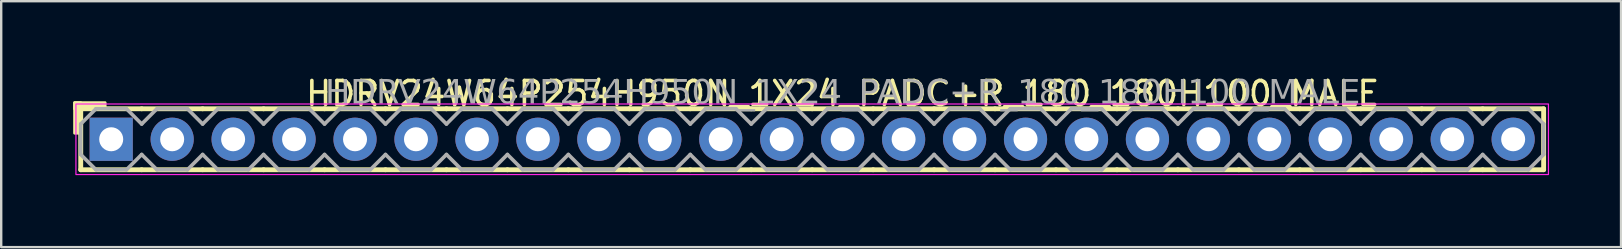
<source format=kicad_pcb>
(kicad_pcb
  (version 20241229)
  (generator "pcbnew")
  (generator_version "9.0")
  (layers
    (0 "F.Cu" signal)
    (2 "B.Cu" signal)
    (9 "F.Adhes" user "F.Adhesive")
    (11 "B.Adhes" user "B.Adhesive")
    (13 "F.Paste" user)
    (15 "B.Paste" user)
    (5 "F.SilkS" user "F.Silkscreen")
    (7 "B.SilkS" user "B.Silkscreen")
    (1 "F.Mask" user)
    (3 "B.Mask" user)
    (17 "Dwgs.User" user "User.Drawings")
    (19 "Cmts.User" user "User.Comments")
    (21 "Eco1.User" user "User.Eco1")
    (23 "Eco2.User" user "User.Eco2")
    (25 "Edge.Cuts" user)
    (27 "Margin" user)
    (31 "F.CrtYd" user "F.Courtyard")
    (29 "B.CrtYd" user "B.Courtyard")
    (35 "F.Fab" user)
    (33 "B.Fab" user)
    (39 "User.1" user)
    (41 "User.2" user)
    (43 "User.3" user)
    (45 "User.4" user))
  (footprint "HDRV24W64P254H950N_1X24_PADC+R_180_180H100_MALE"
    (layer "F.Cu")
    (at 30.794 2.753)
    (property "Reference" "HDRV24W64P254H950N_1X24_PADC+R_180_180H100_MALE" (at 1.27 -1.905 0) (layer "F.SilkS") (effects (font (size 1 1) (thickness 0.15))))
    (attr through_hole)
    (fp_line (start -30.48 1.27) (end -30.48 -1.27) (stroke (width 0.203) (type solid)) (layer "F.SilkS"))
    (fp_line (start -27.94 -1.27) (end -30.48 -1.27) (stroke (width 0.203) (type solid)) (layer "F.SilkS"))
    (fp_line (start -27.94 1.27) (end -30.48 1.27) (stroke (width 0.203) (type solid)) (layer "F.SilkS"))
    (fp_line (start -25.4 -1.27) (end -27.94 -1.27) (stroke (width 0.203) (type solid)) (layer "F.SilkS"))
    (fp_line (start -25.4 1.27) (end -27.94 1.27) (stroke (width 0.203) (type solid)) (layer "F.SilkS"))
    (fp_line (start -22.86 -1.27) (end -25.4 -1.27) (stroke (width 0.203) (type solid)) (layer "F.SilkS"))
    (fp_line (start -22.86 1.27) (end -25.4 1.27) (stroke (width 0.203) (type solid)) (layer "F.SilkS"))
    (fp_line (start -20.32 -1.27) (end -22.86 -1.27) (stroke (width 0.203) (type solid)) (layer "F.SilkS"))
    (fp_line (start -20.32 1.27) (end -22.86 1.27) (stroke (width 0.203) (type solid)) (layer "F.SilkS"))
    (fp_line (start -17.78 -1.27) (end -20.32 -1.27) (stroke (width 0.203) (type solid)) (layer "F.SilkS"))
    (fp_line (start -17.78 1.27) (end -20.32 1.27) (stroke (width 0.203) (type solid)) (layer "F.SilkS"))
    (fp_line (start -15.24 -1.27) (end -17.78 -1.27) (stroke (width 0.203) (type solid)) (layer "F.SilkS"))
    (fp_line (start -15.24 1.27) (end -17.78 1.27) (stroke (width 0.203) (type solid)) (layer "F.SilkS"))
    (fp_line (start -12.7 -1.27) (end -15.24 -1.27) (stroke (width 0.203) (type solid)) (layer "F.SilkS"))
    (fp_line (start -12.7 1.27) (end -15.24 1.27) (stroke (width 0.203) (type solid)) (layer "F.SilkS"))
    (fp_line (start -10.16 -1.27) (end -12.7 -1.27) (stroke (width 0.203) (type solid)) (layer "F.SilkS"))
    (fp_line (start -10.16 1.27) (end -12.7 1.27) (stroke (width 0.203) (type solid)) (layer "F.SilkS"))
    (fp_line (start -7.62 -1.27) (end -10.16 -1.27) (stroke (width 0.203) (type solid)) (layer "F.SilkS"))
    (fp_line (start -7.62 1.27) (end -10.16 1.27) (stroke (width 0.203) (type solid)) (layer "F.SilkS"))
    (fp_line (start -5.08 -1.27) (end -7.62 -1.27) (stroke (width 0.203) (type solid)) (layer "F.SilkS"))
    (fp_line (start -5.08 1.27) (end -7.62 1.27) (stroke (width 0.203) (type solid)) (layer "F.SilkS"))
    (fp_line (start -2.54 -1.27) (end -5.08 -1.27) (stroke (width 0.203) (type solid)) (layer "F.SilkS"))
    (fp_line (start -2.54 1.27) (end -5.08 1.27) (stroke (width 0.203) (type solid)) (layer "F.SilkS"))
    (fp_line (start 0 -1.27) (end -2.54 -1.27) (stroke (width 0.203) (type solid)) (layer "F.SilkS"))
    (fp_line (start 0 1.27) (end -2.54 1.27) (stroke (width 0.203) (type solid)) (layer "F.SilkS"))
    (fp_line (start 2.54 -1.27) (end 0 -1.27) (stroke (width 0.203) (type solid)) (layer "F.SilkS"))
    (fp_line (start 2.54 1.27) (end 0 1.27) (stroke (width 0.203) (type solid)) (layer "F.SilkS"))
    (fp_line (start 5.08 -1.27) (end 2.54 -1.27) (stroke (width 0.203) (type solid)) (layer "F.SilkS"))
    (fp_line (start 5.08 1.27) (end 2.54 1.27) (stroke (width 0.203) (type solid)) (layer "F.SilkS"))
    (fp_line (start 7.62 -1.27) (end 5.08 -1.27) (stroke (width 0.203) (type solid)) (layer "F.SilkS"))
    (fp_line (start 7.62 1.27) (end 5.08 1.27) (stroke (width 0.203) (type solid)) (layer "F.SilkS"))
    (fp_line (start 10.16 -1.27) (end 7.62 -1.27) (stroke (width 0.203) (type solid)) (layer "F.SilkS"))
    (fp_line (start 10.16 1.27) (end 7.62 1.27) (stroke (width 0.203) (type solid)) (layer "F.SilkS"))
    (fp_line (start 12.7 -1.27) (end 10.16 -1.27) (stroke (width 0.203) (type solid)) (layer "F.SilkS"))
    (fp_line (start 12.7 1.27) (end 10.16 1.27) (stroke (width 0.203) (type solid)) (layer "F.SilkS"))
    (fp_line (start 15.24 -1.27) (end 12.7 -1.27) (stroke (width 0.203) (type solid)) (layer "F.SilkS"))
    (fp_line (start 15.24 1.27) (end 12.7 1.27) (stroke (width 0.203) (type solid)) (layer "F.SilkS"))
    (fp_line (start 17.78 -1.27) (end 15.24 -1.27) (stroke (width 0.203) (type solid)) (layer "F.SilkS"))
    (fp_line (start 17.78 1.27) (end 15.24 1.27) (stroke (width 0.203) (type solid)) (layer "F.SilkS"))
    (fp_line (start 20.32 -1.27) (end 17.78 -1.27) (stroke (width 0.203) (type solid)) (layer "F.SilkS"))
    (fp_line (start 20.32 1.27) (end 17.78 1.27) (stroke (width 0.203) (type solid)) (layer "F.SilkS"))
    (fp_line (start 22.86 -1.27) (end 20.32 -1.27) (stroke (width 0.203) (type solid)) (layer "F.SilkS"))
    (fp_line (start 22.86 1.27) (end 20.32 1.27) (stroke (width 0.203) (type solid)) (layer "F.SilkS"))
    (fp_line (start 25.4 -1.27) (end 22.86 -1.27) (stroke (width 0.203) (type solid)) (layer "F.SilkS"))
    (fp_line (start 25.4 1.27) (end 22.86 1.27) (stroke (width 0.203) (type solid)) (layer "F.SilkS"))
    (fp_line (start 27.94 -1.27) (end 25.4 -1.27) (stroke (width 0.203) (type solid)) (layer "F.SilkS"))
    (fp_line (start 27.94 1.27) (end 25.4 1.27) (stroke (width 0.203) (type solid)) (layer "F.SilkS"))
    (fp_line (start 30.48 -1.27) (end 27.94 -1.27) (stroke (width 0.203) (type solid)) (layer "F.SilkS"))
    (fp_line (start 30.48 1.27) (end 27.94 1.27) (stroke (width 0.203) (type solid)) (layer "F.SilkS"))
    (fp_line (start 30.48 1.27) (end 30.48 -1.27) (stroke (width 0.203) (type solid)) (layer "F.SilkS"))
    (fp_rect (start -30.734 -0.254) (end -30.48 -1.524) (stroke (width 0.12) (type solid)) (fill yes) (layer "F.SilkS"))
    (fp_rect (start -29.464 -1.27) (end -30.734 -1.524) (stroke (width 0.12) (type solid)) (fill yes) (layer "F.SilkS"))
    (fp_rect (start -30.68 -1.47) (end 30.68 1.47) (stroke (width 0.05) (type default)) (fill no) (layer "F.CrtYd"))
    (fp_line (start -30.48 -0.635) (end -30.48 0.635) (stroke (width 0.152) (type solid)) (layer "F.Fab"))
    (fp_line (start -30.48 -0.635) (end -29.845 -1.27) (stroke (width 0.152) (type solid)) (layer "F.Fab"))
    (fp_line (start -29.845 -1.27) (end -28.575 -1.27) (stroke (width 0.152) (type solid)) (layer "F.Fab"))
    (fp_line (start -29.845 1.27) (end -30.48 0.635) (stroke (width 0.152) (type solid)) (layer "F.Fab"))
    (fp_line (start -28.575 -1.27) (end -27.94 -0.635) (stroke (width 0.152) (type solid)) (layer "F.Fab"))
    (fp_line (start -28.575 1.27) (end -29.845 1.27) (stroke (width 0.152) (type solid)) (layer "F.Fab"))
    (fp_line (start -27.94 -0.635) (end -27.305 -1.27) (stroke (width 0.152) (type solid)) (layer "F.Fab"))
    (fp_line (start -27.94 0.635) (end -28.575 1.27) (stroke (width 0.152) (type solid)) (layer "F.Fab"))
    (fp_line (start -27.305 -1.27) (end -26.035 -1.27) (stroke (width 0.152) (type solid)) (layer "F.Fab"))
    (fp_line (start -27.305 1.27) (end -27.94 0.635) (stroke (width 0.152) (type solid)) (layer "F.Fab"))
    (fp_line (start -26.035 -1.27) (end -25.4 -0.635) (stroke (width 0.152) (type solid)) (layer "F.Fab"))
    (fp_line (start -26.035 1.27) (end -27.305 1.27) (stroke (width 0.152) (type solid)) (layer "F.Fab"))
    (fp_line (start -25.4 -0.635) (end -24.765 -1.27) (stroke (width 0.152) (type solid)) (layer "F.Fab"))
    (fp_line (start -25.4 0.635) (end -26.035 1.27) (stroke (width 0.152) (type solid)) (layer "F.Fab"))
    (fp_line (start -24.765 -1.27) (end -23.495 -1.27) (stroke (width 0.152) (type solid)) (layer "F.Fab"))
    (fp_line (start -24.765 1.27) (end -25.4 0.635) (stroke (width 0.152) (type solid)) (layer "F.Fab"))
    (fp_line (start -23.495 -1.27) (end -22.86 -0.635) (stroke (width 0.152) (type solid)) (layer "F.Fab"))
    (fp_line (start -23.495 1.27) (end -24.765 1.27) (stroke (width 0.152) (type solid)) (layer "F.Fab"))
    (fp_line (start -22.86 -0.635) (end -22.225 -1.27) (stroke (width 0.152) (type solid)) (layer "F.Fab"))
    (fp_line (start -22.86 0.635) (end -23.495 1.27) (stroke (width 0.152) (type solid)) (layer "F.Fab"))
    (fp_line (start -22.225 -1.27) (end -20.955 -1.27) (stroke (width 0.152) (type solid)) (layer "F.Fab"))
    (fp_line (start -22.225 1.27) (end -22.86 0.635) (stroke (width 0.152) (type solid)) (layer "F.Fab"))
    (fp_line (start -20.955 -1.27) (end -20.32 -0.635) (stroke (width 0.152) (type solid)) (layer "F.Fab"))
    (fp_line (start -20.955 1.27) (end -22.225 1.27) (stroke (width 0.152) (type solid)) (layer "F.Fab"))
    (fp_line (start -20.32 -0.635) (end -19.685 -1.27) (stroke (width 0.152) (type solid)) (layer "F.Fab"))
    (fp_line (start -20.32 0.635) (end -20.955 1.27) (stroke (width 0.152) (type solid)) (layer "F.Fab"))
    (fp_line (start -19.685 -1.27) (end -18.415 -1.27) (stroke (width 0.152) (type solid)) (layer "F.Fab"))
    (fp_line (start -19.685 1.27) (end -20.32 0.635) (stroke (width 0.152) (type solid)) (layer "F.Fab"))
    (fp_line (start -18.415 -1.27) (end -17.78 -0.635) (stroke (width 0.152) (type solid)) (layer "F.Fab"))
    (fp_line (start -18.415 1.27) (end -19.685 1.27) (stroke (width 0.152) (type solid)) (layer "F.Fab"))
    (fp_line (start -17.78 -0.635) (end -17.145 -1.27) (stroke (width 0.152) (type solid)) (layer "F.Fab"))
    (fp_line (start -17.78 0.635) (end -18.415 1.27) (stroke (width 0.152) (type solid)) (layer "F.Fab"))
    (fp_line (start -17.145 -1.27) (end -15.875 -1.27) (stroke (width 0.152) (type solid)) (layer "F.Fab"))
    (fp_line (start -17.145 1.27) (end -17.78 0.635) (stroke (width 0.152) (type solid)) (layer "F.Fab"))
    (fp_line (start -15.875 -1.27) (end -15.24 -0.635) (stroke (width 0.152) (type solid)) (layer "F.Fab"))
    (fp_line (start -15.875 1.27) (end -17.145 1.27) (stroke (width 0.152) (type solid)) (layer "F.Fab"))
    (fp_line (start -15.24 -0.635) (end -14.605 -1.27) (stroke (width 0.152) (type solid)) (layer "F.Fab"))
    (fp_line (start -15.24 0.635) (end -15.875 1.27) (stroke (width 0.152) (type solid)) (layer "F.Fab"))
    (fp_line (start -14.605 -1.27) (end -13.335 -1.27) (stroke (width 0.152) (type solid)) (layer "F.Fab"))
    (fp_line (start -14.605 1.27) (end -15.24 0.635) (stroke (width 0.152) (type solid)) (layer "F.Fab"))
    (fp_line (start -13.335 -1.27) (end -12.7 -0.635) (stroke (width 0.152) (type solid)) (layer "F.Fab"))
    (fp_line (start -13.335 1.27) (end -14.605 1.27) (stroke (width 0.152) (type solid)) (layer "F.Fab"))
    (fp_line (start -12.7 -0.635) (end -12.065 -1.27) (stroke (width 0.152) (type solid)) (layer "F.Fab"))
    (fp_line (start -12.7 0.635) (end -13.335 1.27) (stroke (width 0.152) (type solid)) (layer "F.Fab"))
    (fp_line (start -12.065 -1.27) (end -10.795 -1.27) (stroke (width 0.152) (type solid)) (layer "F.Fab"))
    (fp_line (start -12.065 1.27) (end -12.7 0.635) (stroke (width 0.152) (type solid)) (layer "F.Fab"))
    (fp_line (start -10.795 -1.27) (end -10.16 -0.635) (stroke (width 0.152) (type solid)) (layer "F.Fab"))
    (fp_line (start -10.795 1.27) (end -12.065 1.27) (stroke (width 0.152) (type solid)) (layer "F.Fab"))
    (fp_line (start -10.16 -0.635) (end -9.525 -1.27) (stroke (width 0.152) (type solid)) (layer "F.Fab"))
    (fp_line (start -10.16 0.635) (end -10.795 1.27) (stroke (width 0.152) (type solid)) (layer "F.Fab"))
    (fp_line (start -9.525 -1.27) (end -8.255 -1.27) (stroke (width 0.152) (type solid)) (layer "F.Fab"))
    (fp_line (start -9.525 1.27) (end -10.16 0.635) (stroke (width 0.152) (type solid)) (layer "F.Fab"))
    (fp_line (start -8.255 -1.27) (end -7.62 -0.635) (stroke (width 0.152) (type solid)) (layer "F.Fab"))
    (fp_line (start -8.255 1.27) (end -9.525 1.27) (stroke (width 0.152) (type solid)) (layer "F.Fab"))
    (fp_line (start -7.62 -0.635) (end -6.985 -1.27) (stroke (width 0.152) (type solid)) (layer "F.Fab"))
    (fp_line (start -7.62 0.635) (end -8.255 1.27) (stroke (width 0.152) (type solid)) (layer "F.Fab"))
    (fp_line (start -6.985 -1.27) (end -5.715 -1.27) (stroke (width 0.152) (type solid)) (layer "F.Fab"))
    (fp_line (start -6.985 1.27) (end -7.62 0.635) (stroke (width 0.152) (type solid)) (layer "F.Fab"))
    (fp_line (start -5.715 -1.27) (end -5.08 -0.635) (stroke (width 0.152) (type solid)) (layer "F.Fab"))
    (fp_line (start -5.715 1.27) (end -6.985 1.27) (stroke (width 0.152) (type solid)) (layer "F.Fab"))
    (fp_line (start -5.08 -0.635) (end -4.445 -1.27) (stroke (width 0.152) (type solid)) (layer "F.Fab"))
    (fp_line (start -5.08 0.635) (end -5.715 1.27) (stroke (width 0.152) (type solid)) (layer "F.Fab"))
    (fp_line (start -4.445 -1.27) (end -3.175 -1.27) (stroke (width 0.152) (type solid)) (layer "F.Fab"))
    (fp_line (start -4.445 1.27) (end -5.08 0.635) (stroke (width 0.152) (type solid)) (layer "F.Fab"))
    (fp_line (start -3.175 -1.27) (end -2.54 -0.635) (stroke (width 0.152) (type solid)) (layer "F.Fab"))
    (fp_line (start -3.175 1.27) (end -4.445 1.27) (stroke (width 0.152) (type solid)) (layer "F.Fab"))
    (fp_line (start -2.54 -0.635) (end -1.905 -1.27) (stroke (width 0.152) (type solid)) (layer "F.Fab"))
    (fp_line (start -2.54 0.635) (end -3.175 1.27) (stroke (width 0.152) (type solid)) (layer "F.Fab"))
    (fp_line (start -1.905 -1.27) (end -0.635 -1.27) (stroke (width 0.152) (type solid)) (layer "F.Fab"))
    (fp_line (start -1.905 1.27) (end -2.54 0.635) (stroke (width 0.152) (type solid)) (layer "F.Fab"))
    (fp_line (start -0.635 -1.27) (end 0 -0.635) (stroke (width 0.152) (type solid)) (layer "F.Fab"))
    (fp_line (start -0.635 1.27) (end -1.905 1.27) (stroke (width 0.152) (type solid)) (layer "F.Fab"))
    (fp_line (start 0 -0.635) (end 0.635 -1.27) (stroke (width 0.152) (type solid)) (layer "F.Fab"))
    (fp_line (start 0 0.635) (end -0.635 1.27) (stroke (width 0.152) (type solid)) (layer "F.Fab"))
    (fp_line (start 0.635 -1.27) (end 1.905 -1.27) (stroke (width 0.152) (type solid)) (layer "F.Fab"))
    (fp_line (start 0.635 1.27) (end 0 0.635) (stroke (width 0.152) (type solid)) (layer "F.Fab"))
    (fp_line (start 1.905 -1.27) (end 2.54 -0.635) (stroke (width 0.152) (type solid)) (layer "F.Fab"))
    (fp_line (start 1.905 1.27) (end 0.635 1.27) (stroke (width 0.152) (type solid)) (layer "F.Fab"))
    (fp_line (start 2.54 -0.635) (end 3.175 -1.27) (stroke (width 0.152) (type solid)) (layer "F.Fab"))
    (fp_line (start 2.54 0.635) (end 1.905 1.27) (stroke (width 0.152) (type solid)) (layer "F.Fab"))
    (fp_line (start 3.175 -1.27) (end 4.445 -1.27) (stroke (width 0.152) (type solid)) (layer "F.Fab"))
    (fp_line (start 3.175 1.27) (end 2.54 0.635) (stroke (width 0.152) (type solid)) (layer "F.Fab"))
    (fp_line (start 4.445 -1.27) (end 5.08 -0.635) (stroke (width 0.152) (type solid)) (layer "F.Fab"))
    (fp_line (start 4.445 1.27) (end 3.175 1.27) (stroke (width 0.152) (type solid)) (layer "F.Fab"))
    (fp_line (start 5.08 -0.635) (end 5.715 -1.27) (stroke (width 0.152) (type solid)) (layer "F.Fab"))
    (fp_line (start 5.08 0.635) (end 4.445 1.27) (stroke (width 0.152) (type solid)) (layer "F.Fab"))
    (fp_line (start 5.715 -1.27) (end 6.985 -1.27) (stroke (width 0.152) (type solid)) (layer "F.Fab"))
    (fp_line (start 5.715 1.27) (end 5.08 0.635) (stroke (width 0.152) (type solid)) (layer "F.Fab"))
    (fp_line (start 6.985 -1.27) (end 7.62 -0.635) (stroke (width 0.152) (type solid)) (layer "F.Fab"))
    (fp_line (start 6.985 1.27) (end 5.715 1.27) (stroke (width 0.152) (type solid)) (layer "F.Fab"))
    (fp_line (start 7.62 -0.635) (end 8.255 -1.27) (stroke (width 0.152) (type solid)) (layer "F.Fab"))
    (fp_line (start 7.62 0.635) (end 6.985 1.27) (stroke (width 0.152) (type solid)) (layer "F.Fab"))
    (fp_line (start 8.255 -1.27) (end 9.525 -1.27) (stroke (width 0.152) (type solid)) (layer "F.Fab"))
    (fp_line (start 8.255 1.27) (end 7.62 0.635) (stroke (width 0.152) (type solid)) (layer "F.Fab"))
    (fp_line (start 9.525 -1.27) (end 10.16 -0.635) (stroke (width 0.152) (type solid)) (layer "F.Fab"))
    (fp_line (start 9.525 1.27) (end 8.255 1.27) (stroke (width 0.152) (type solid)) (layer "F.Fab"))
    (fp_line (start 10.16 -0.635) (end 10.795 -1.27) (stroke (width 0.152) (type solid)) (layer "F.Fab"))
    (fp_line (start 10.16 0.635) (end 9.525 1.27) (stroke (width 0.152) (type solid)) (layer "F.Fab"))
    (fp_line (start 10.795 -1.27) (end 12.065 -1.27) (stroke (width 0.152) (type solid)) (layer "F.Fab"))
    (fp_line (start 10.795 1.27) (end 10.16 0.635) (stroke (width 0.152) (type solid)) (layer "F.Fab"))
    (fp_line (start 12.065 -1.27) (end 12.7 -0.635) (stroke (width 0.152) (type solid)) (layer "F.Fab"))
    (fp_line (start 12.065 1.27) (end 10.795 1.27) (stroke (width 0.152) (type solid)) (layer "F.Fab"))
    (fp_line (start 12.7 -0.635) (end 13.335 -1.27) (stroke (width 0.152) (type solid)) (layer "F.Fab"))
    (fp_line (start 12.7 0.635) (end 12.065 1.27) (stroke (width 0.152) (type solid)) (layer "F.Fab"))
    (fp_line (start 13.335 -1.27) (end 14.605 -1.27) (stroke (width 0.152) (type solid)) (layer "F.Fab"))
    (fp_line (start 13.335 1.27) (end 12.7 0.635) (stroke (width 0.152) (type solid)) (layer "F.Fab"))
    (fp_line (start 14.605 -1.27) (end 15.24 -0.635) (stroke (width 0.152) (type solid)) (layer "F.Fab"))
    (fp_line (start 14.605 1.27) (end 13.335 1.27) (stroke (width 0.152) (type solid)) (layer "F.Fab"))
    (fp_line (start 15.24 -0.635) (end 15.875 -1.27) (stroke (width 0.152) (type solid)) (layer "F.Fab"))
    (fp_line (start 15.24 0.635) (end 14.605 1.27) (stroke (width 0.152) (type solid)) (layer "F.Fab"))
    (fp_line (start 15.875 -1.27) (end 17.145 -1.27) (stroke (width 0.152) (type solid)) (layer "F.Fab"))
    (fp_line (start 15.875 1.27) (end 15.24 0.635) (stroke (width 0.152) (type solid)) (layer "F.Fab"))
    (fp_line (start 17.145 -1.27) (end 17.78 -0.635) (stroke (width 0.152) (type solid)) (layer "F.Fab"))
    (fp_line (start 17.145 1.27) (end 15.875 1.27) (stroke (width 0.152) (type solid)) (layer "F.Fab"))
    (fp_line (start 17.78 -0.635) (end 18.415 -1.27) (stroke (width 0.152) (type solid)) (layer "F.Fab"))
    (fp_line (start 17.78 0.635) (end 17.145 1.27) (stroke (width 0.152) (type solid)) (layer "F.Fab"))
    (fp_line (start 18.415 -1.27) (end 19.685 -1.27) (stroke (width 0.152) (type solid)) (layer "F.Fab"))
    (fp_line (start 18.415 1.27) (end 17.78 0.635) (stroke (width 0.152) (type solid)) (layer "F.Fab"))
    (fp_line (start 19.685 -1.27) (end 20.32 -0.635) (stroke (width 0.152) (type solid)) (layer "F.Fab"))
    (fp_line (start 19.685 1.27) (end 18.415 1.27) (stroke (width 0.152) (type solid)) (layer "F.Fab"))
    (fp_line (start 20.32 -0.635) (end 20.955 -1.27) (stroke (width 0.152) (type solid)) (layer "F.Fab"))
    (fp_line (start 20.32 0.635) (end 19.685 1.27) (stroke (width 0.152) (type solid)) (layer "F.Fab"))
    (fp_line (start 20.955 -1.27) (end 22.225 -1.27) (stroke (width 0.152) (type solid)) (layer "F.Fab"))
    (fp_line (start 20.955 1.27) (end 20.32 0.635) (stroke (width 0.152) (type solid)) (layer "F.Fab"))
    (fp_line (start 22.225 -1.27) (end 22.86 -0.635) (stroke (width 0.152) (type solid)) (layer "F.Fab"))
    (fp_line (start 22.225 1.27) (end 20.955 1.27) (stroke (width 0.152) (type solid)) (layer "F.Fab"))
    (fp_line (start 22.86 -0.635) (end 23.495 -1.27) (stroke (width 0.152) (type solid)) (layer "F.Fab"))
    (fp_line (start 22.86 0.635) (end 22.225 1.27) (stroke (width 0.152) (type solid)) (layer "F.Fab"))
    (fp_line (start 23.495 -1.27) (end 24.765 -1.27) (stroke (width 0.152) (type solid)) (layer "F.Fab"))
    (fp_line (start 23.495 1.27) (end 22.86 0.635) (stroke (width 0.152) (type solid)) (layer "F.Fab"))
    (fp_line (start 24.765 -1.27) (end 25.4 -0.635) (stroke (width 0.152) (type solid)) (layer "F.Fab"))
    (fp_line (start 24.765 1.27) (end 23.495 1.27) (stroke (width 0.152) (type solid)) (layer "F.Fab"))
    (fp_line (start 25.4 -0.635) (end 26.035 -1.27) (stroke (width 0.152) (type solid)) (layer "F.Fab"))
    (fp_line (start 25.4 0.635) (end 24.765 1.27) (stroke (width 0.152) (type solid)) (layer "F.Fab"))
    (fp_line (start 26.035 -1.27) (end 27.305 -1.27) (stroke (width 0.152) (type solid)) (layer "F.Fab"))
    (fp_line (start 26.035 1.27) (end 25.4 0.635) (stroke (width 0.152) (type solid)) (layer "F.Fab"))
    (fp_line (start 27.305 -1.27) (end 27.94 -0.635) (stroke (width 0.152) (type solid)) (layer "F.Fab"))
    (fp_line (start 27.305 1.27) (end 26.035 1.27) (stroke (width 0.152) (type solid)) (layer "F.Fab"))
    (fp_line (start 27.94 -0.635) (end 28.575 -1.27) (stroke (width 0.152) (type solid)) (layer "F.Fab"))
    (fp_line (start 27.94 0.635) (end 27.305 1.27) (stroke (width 0.152) (type solid)) (layer "F.Fab"))
    (fp_line (start 28.575 -1.27) (end 29.845 -1.27) (stroke (width 0.152) (type solid)) (layer "F.Fab"))
    (fp_line (start 28.575 1.27) (end 27.94 0.635) (stroke (width 0.152) (type solid)) (layer "F.Fab"))
    (fp_line (start 29.845 -1.27) (end 30.48 -0.635) (stroke (width 0.152) (type solid)) (layer "F.Fab"))
    (fp_line (start 29.845 1.27) (end 28.575 1.27) (stroke (width 0.152) (type solid)) (layer "F.Fab"))
    (fp_line (start 30.48 -0.635) (end 30.48 0.635) (stroke (width 0.152) (type solid)) (layer "F.Fab"))
    (fp_line (start 30.48 0.635) (end 29.845 1.27) (stroke (width 0.152) (type solid)) (layer "F.Fab"))
    (fp_rect (start -28.956 -0.254) (end -29.464 0.254) (stroke (width 0.152) (type solid)) (fill no) (layer "F.Fab"))
    (fp_rect (start -26.416 -0.254) (end -26.924 0.254) (stroke (width 0.152) (type solid)) (fill no) (layer "F.Fab"))
    (fp_rect (start -23.876 -0.254) (end -24.384 0.254) (stroke (width 0.152) (type solid)) (fill no) (layer "F.Fab"))
    (fp_rect (start -21.336 -0.254) (end -21.844 0.254) (stroke (width 0.152) (type solid)) (fill no) (layer "F.Fab"))
    (fp_rect (start -18.796 -0.254) (end -19.304 0.254) (stroke (width 0.152) (type solid)) (fill no) (layer "F.Fab"))
    (fp_rect (start -16.256 -0.254) (end -16.764 0.254) (stroke (width 0.152) (type solid)) (fill no) (layer "F.Fab"))
    (fp_rect (start -13.716 -0.254) (end -14.224 0.254) (stroke (width 0.152) (type solid)) (fill no) (layer "F.Fab"))
    (fp_rect (start -11.176 -0.254) (end -11.684 0.254) (stroke (width 0.152) (type solid)) (fill no) (layer "F.Fab"))
    (fp_rect (start -8.636 -0.254) (end -9.144 0.254) (stroke (width 0.152) (type solid)) (fill no) (layer "F.Fab"))
    (fp_rect (start -6.096 -0.254) (end -6.604 0.254) (stroke (width 0.152) (type solid)) (fill no) (layer "F.Fab"))
    (fp_rect (start -3.556 -0.254) (end -4.064 0.254) (stroke (width 0.152) (type solid)) (fill no) (layer "F.Fab"))
    (fp_rect (start -1.016 -0.254) (end -1.524 0.254) (stroke (width 0.152) (type solid)) (fill no) (layer "F.Fab"))
    (fp_rect (start 1.524 -0.254) (end 1.016 0.254) (stroke (width 0.152) (type solid)) (fill no) (layer "F.Fab"))
    (fp_rect (start 4.064 -0.254) (end 3.556 0.254) (stroke (width 0.152) (type solid)) (fill no) (layer "F.Fab"))
    (fp_rect (start 6.604 -0.254) (end 6.096 0.254) (stroke (width 0.152) (type solid)) (fill no) (layer "F.Fab"))
    (fp_rect (start 9.144 -0.254) (end 8.636 0.254) (stroke (width 0.152) (type solid)) (fill no) (layer "F.Fab"))
    (fp_rect (start 11.684 -0.254) (end 11.176 0.254) (stroke (width 0.152) (type solid)) (fill no) (layer "F.Fab"))
    (fp_rect (start 14.224 -0.254) (end 13.716 0.254) (stroke (width 0.152) (type solid)) (fill no) (layer "F.Fab"))
    (fp_rect (start 16.764 -0.254) (end 16.256 0.254) (stroke (width 0.152) (type solid)) (fill no) (layer "F.Fab"))
    (fp_rect (start 19.304 -0.254) (end 18.796 0.254) (stroke (width 0.152) (type solid)) (fill no) (layer "F.Fab"))
    (fp_rect (start 21.844 -0.254) (end 21.336 0.254) (stroke (width 0.152) (type solid)) (fill no) (layer "F.Fab"))
    (fp_rect (start 24.384 -0.254) (end 23.876 0.254) (stroke (width 0.152) (type solid)) (fill no) (layer "F.Fab"))
    (fp_rect (start 26.924 -0.254) (end 26.416 0.254) (stroke (width 0.152) (type solid)) (fill no) (layer "F.Fab"))
    (fp_rect (start 29.464 -0.254) (end 28.956 0.254) (stroke (width 0.152) (type solid)) (fill no) (layer "F.Fab"))
    (fp_text user "${REFERENCE}" (at 1.27 -1.905 0) (layer "F.Fab") (effects (font (face "Tahoma") (size 1 1) (thickness 0.15))))
    (pad "1" thru_hole rect (at -29.21 0) (size 1.8 1.8) (drill 1) (layers "*.Cu" "*.Mask"))
    (pad "2" thru_hole circle (at -26.67 0) (size 1.8 1.8) (drill 1) (layers "*.Cu" "*.Mask"))
    (pad "3" thru_hole circle (at -24.13 0) (size 1.8 1.8) (drill 1) (layers "*.Cu" "*.Mask"))
    (pad "4" thru_hole circle (at -21.59 0) (size 1.8 1.8) (drill 1) (layers "*.Cu" "*.Mask"))
    (pad "5" thru_hole circle (at -19.05 0) (size 1.8 1.8) (drill 1) (layers "*.Cu" "*.Mask"))
    (pad "6" thru_hole circle (at -16.51 0) (size 1.8 1.8) (drill 1) (layers "*.Cu" "*.Mask"))
    (pad "7" thru_hole circle (at -13.97 0) (size 1.8 1.8) (drill 1) (layers "*.Cu" "*.Mask"))
    (pad "8" thru_hole circle (at -11.43 0) (size 1.8 1.8) (drill 1) (layers "*.Cu" "*.Mask"))
    (pad "9" thru_hole circle (at -8.89 0) (size 1.8 1.8) (drill 1) (layers "*.Cu" "*.Mask"))
    (pad "10" thru_hole circle (at -6.35 0) (size 1.8 1.8) (drill 1) (layers "*.Cu" "*.Mask"))
    (pad "11" thru_hole circle (at -3.81 0) (size 1.8 1.8) (drill 1) (layers "*.Cu" "*.Mask"))
    (pad "12" thru_hole circle (at -1.27 0) (size 1.8 1.8) (drill 1) (layers "*.Cu" "*.Mask"))
    (pad "13" thru_hole circle (at 1.27 0) (size 1.8 1.8) (drill 1) (layers "*.Cu" "*.Mask"))
    (pad "14" thru_hole circle (at 3.81 0) (size 1.8 1.8) (drill 1) (layers "*.Cu" "*.Mask"))
    (pad "15" thru_hole circle (at 6.35 0) (size 1.8 1.8) (drill 1) (layers "*.Cu" "*.Mask"))
    (pad "16" thru_hole circle (at 8.89 0) (size 1.8 1.8) (drill 1) (layers "*.Cu" "*.Mask"))
    (pad "17" thru_hole circle (at 11.43 0) (size 1.8 1.8) (drill 1) (layers "*.Cu" "*.Mask"))
    (pad "18" thru_hole circle (at 13.97 0) (size 1.8 1.8) (drill 1) (layers "*.Cu" "*.Mask"))
    (pad "19" thru_hole circle (at 16.51 0) (size 1.8 1.8) (drill 1) (layers "*.Cu" "*.Mask"))
    (pad "20" thru_hole circle (at 19.05 0) (size 1.8 1.8) (drill 1) (layers "*.Cu" "*.Mask"))
    (pad "21" thru_hole circle (at 21.59 0) (size 1.8 1.8) (drill 1) (layers "*.Cu" "*.Mask"))
    (pad "22" thru_hole circle (at 24.13 0) (size 1.8 1.8) (drill 1) (layers "*.Cu" "*.Mask"))
    (pad "23" thru_hole circle (at 26.67 0) (size 1.8 1.8) (drill 1) (layers "*.Cu" "*.Mask"))
    (pad "24" thru_hole circle (at 29.21 0) (size 1.8 1.8) (drill 1) (layers "*.Cu" "*.Mask")))
  (gr_rect
    (start -3 -3)
    (end 64.499 7.248)
    (stroke (width 0.1) (type default))
    (fill no)
    (layer "Edge.Cuts")))
</source>
